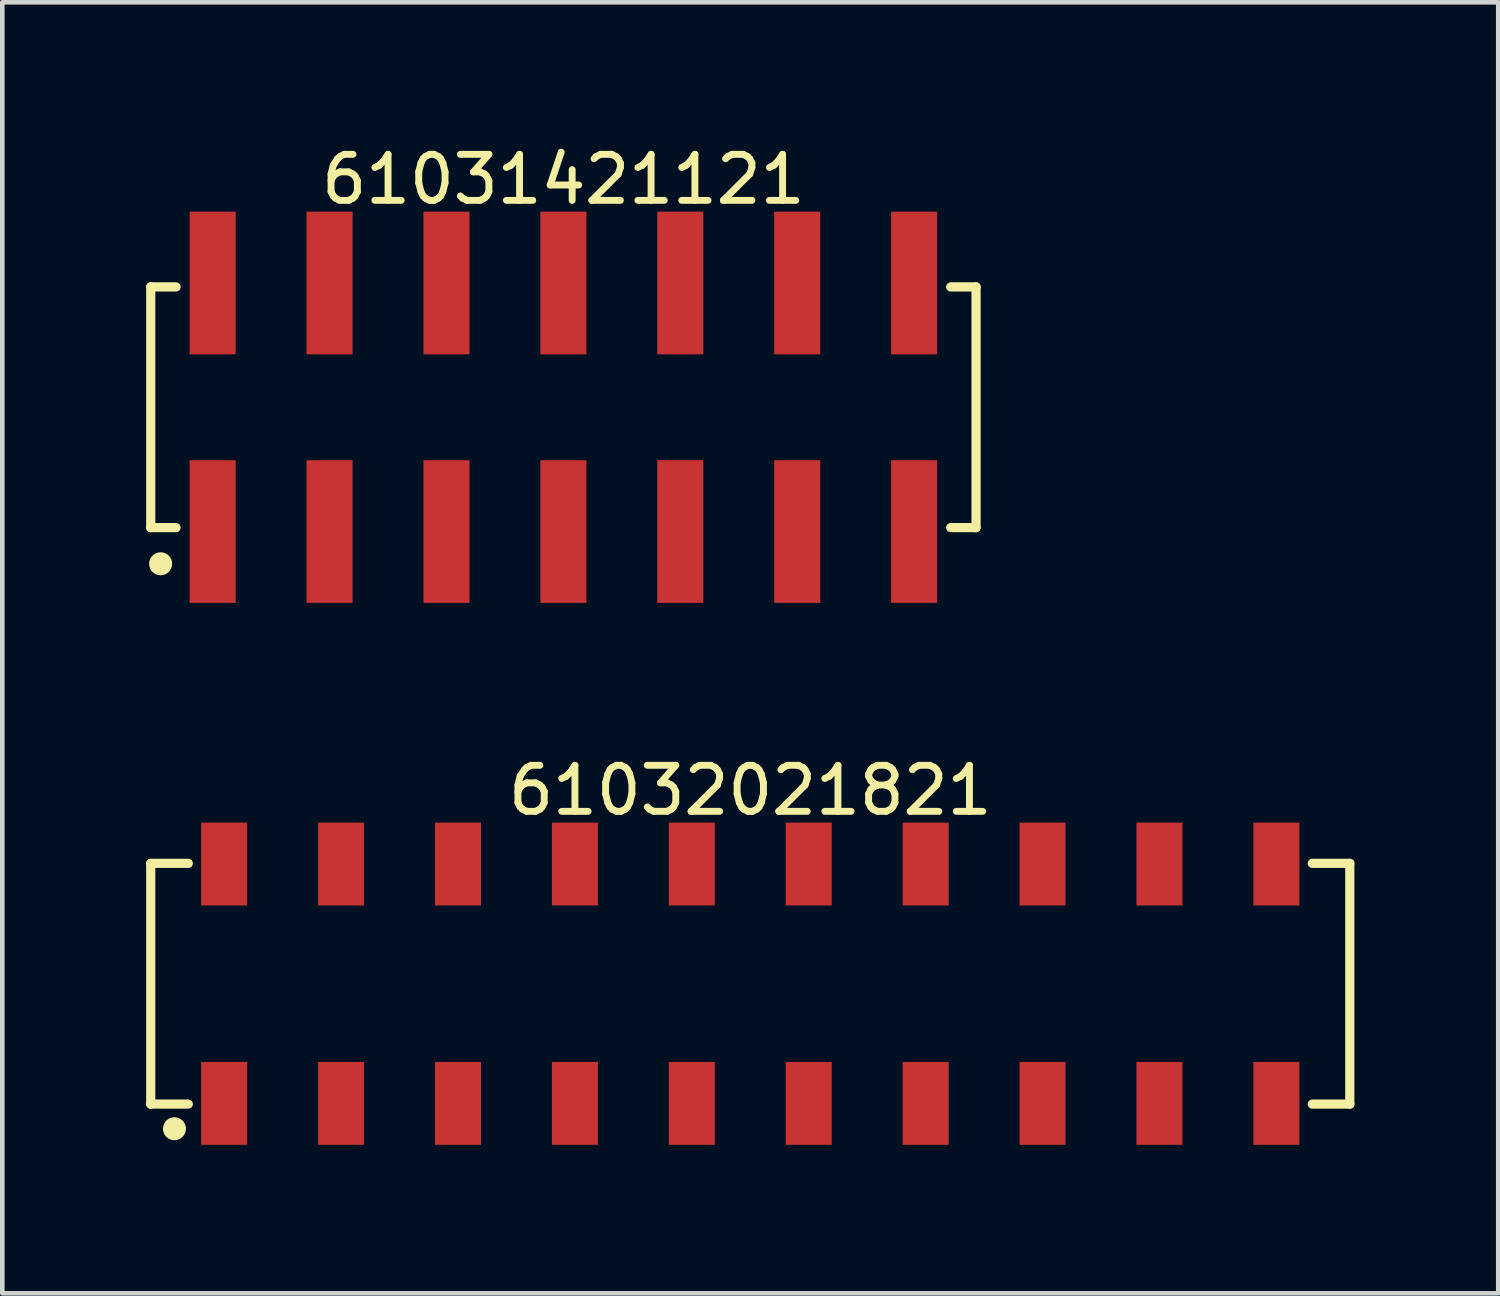
<source format=kicad_pcb>
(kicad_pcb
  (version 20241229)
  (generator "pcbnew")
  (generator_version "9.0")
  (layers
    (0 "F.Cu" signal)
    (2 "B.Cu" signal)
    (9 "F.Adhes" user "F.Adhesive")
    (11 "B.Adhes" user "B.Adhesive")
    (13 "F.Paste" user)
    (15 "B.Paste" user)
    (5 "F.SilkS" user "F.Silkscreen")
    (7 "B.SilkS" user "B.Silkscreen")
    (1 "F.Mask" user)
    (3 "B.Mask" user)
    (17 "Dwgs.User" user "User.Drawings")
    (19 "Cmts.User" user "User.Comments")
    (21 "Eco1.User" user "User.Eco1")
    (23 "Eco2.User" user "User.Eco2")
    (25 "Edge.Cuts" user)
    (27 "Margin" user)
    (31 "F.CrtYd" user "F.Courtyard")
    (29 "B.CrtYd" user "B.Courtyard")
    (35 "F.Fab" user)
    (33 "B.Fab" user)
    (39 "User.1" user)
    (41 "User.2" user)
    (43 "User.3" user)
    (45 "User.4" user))
  (footprint "61032021821"
    (layer "F.Cu")
    (at 13.25 18.322)
    (property "Reference" "61032021821" (at 0 -4.2 0) (layer "F.SilkS") (effects (font (size 1 1) (thickness 0.15))))
    (fp_line (start -13.025 -2.615) (end -12.21 -2.615) (stroke (width 0.2) (type solid)) (layer "F.SilkS"))
    (fp_line (start -13.025 2.615) (end -13.025 -2.615) (stroke (width 0.2) (type solid)) (layer "F.SilkS"))
    (fp_line (start -13.025 2.615) (end -12.21 2.615) (stroke (width 0.2) (type solid)) (layer "F.SilkS"))
    (fp_line (start 12.21 -2.615) (end 13.025 -2.615) (stroke (width 0.2) (type solid)) (layer "F.SilkS"))
    (fp_line (start 12.21 2.615) (end 13.025 2.615) (stroke (width 0.2) (type solid)) (layer "F.SilkS"))
    (fp_line (start 13.025 2.615) (end 13.025 -2.615) (stroke (width 0.2) (type solid)) (layer "F.SilkS"))
    (fp_circle (center -12.51 3.15) (end -12.51 3.025) (stroke (width 0.25) (type solid)) (fill no) (layer "F.SilkS"))
    (fp_line (start -13.225 -3.7) (end 13.225 -3.7) (stroke (width 0.05) (type solid)) (layer "Eco2.User"))
    (fp_line (start -13.225 3.7) (end -13.225 -3.7) (stroke (width 0.05) (type solid)) (layer "Eco2.User"))
    (fp_line (start -13.225 3.7) (end 13.225 3.7) (stroke (width 0.05) (type solid)) (layer "Eco2.User"))
    (fp_line (start -12.95 -2.54) (end 12.95 -2.54) (stroke (width 0.1) (type solid)) (layer "Eco2.User"))
    (fp_line (start -12.95 2.54) (end -12.95 -2.54) (stroke (width 0.1) (type solid)) (layer "Eco2.User"))
    (fp_line (start -12.95 2.54) (end 12.95 2.54) (stroke (width 0.1) (type solid)) (layer "Eco2.User"))
    (fp_line (start -11.75 -3.35) (end -11.11 -3.35) (stroke (width 0.1) (type solid)) (layer "Eco2.User"))
    (fp_line (start -11.75 -2.54) (end -11.75 -3.35) (stroke (width 0.1) (type solid)) (layer "Eco2.User"))
    (fp_line (start -11.75 3.35) (end -11.75 2.54) (stroke (width 0.1) (type solid)) (layer "Eco2.User"))
    (fp_line (start -11.75 3.35) (end -11.11 3.35) (stroke (width 0.1) (type solid)) (layer "Eco2.User"))
    (fp_line (start -11.11 -2.54) (end -11.11 -3.35) (stroke (width 0.1) (type solid)) (layer "Eco2.User"))
    (fp_line (start -11.11 3.35) (end -11.11 2.54) (stroke (width 0.1) (type solid)) (layer "Eco2.User"))
    (fp_line (start -9.21 -3.35) (end -8.57 -3.35) (stroke (width 0.1) (type solid)) (layer "Eco2.User"))
    (fp_line (start -9.21 -2.54) (end -9.21 -3.35) (stroke (width 0.1) (type solid)) (layer "Eco2.User"))
    (fp_line (start -9.21 3.35) (end -9.21 2.54) (stroke (width 0.1) (type solid)) (layer "Eco2.User"))
    (fp_line (start -9.21 3.35) (end -8.57 3.35) (stroke (width 0.1) (type solid)) (layer "Eco2.User"))
    (fp_line (start -8.57 -2.54) (end -8.57 -3.35) (stroke (width 0.1) (type solid)) (layer "Eco2.User"))
    (fp_line (start -8.57 3.35) (end -8.57 2.54) (stroke (width 0.1) (type solid)) (layer "Eco2.User"))
    (fp_line (start -6.67 -3.35) (end -6.03 -3.35) (stroke (width 0.1) (type solid)) (layer "Eco2.User"))
    (fp_line (start -6.67 -2.54) (end -6.67 -3.35) (stroke (width 0.1) (type solid)) (layer "Eco2.User"))
    (fp_line (start -6.67 3.35) (end -6.67 2.54) (stroke (width 0.1) (type solid)) (layer "Eco2.User"))
    (fp_line (start -6.67 3.35) (end -6.03 3.35) (stroke (width 0.1) (type solid)) (layer "Eco2.User"))
    (fp_line (start -6.03 -2.54) (end -6.03 -3.35) (stroke (width 0.1) (type solid)) (layer "Eco2.User"))
    (fp_line (start -6.03 3.35) (end -6.03 2.54) (stroke (width 0.1) (type solid)) (layer "Eco2.User"))
    (fp_line (start -4.13 -3.35) (end -3.49 -3.35) (stroke (width 0.1) (type solid)) (layer "Eco2.User"))
    (fp_line (start -4.13 -2.54) (end -4.13 -3.35) (stroke (width 0.1) (type solid)) (layer "Eco2.User"))
    (fp_line (start -4.13 3.35) (end -4.13 2.54) (stroke (width 0.1) (type solid)) (layer "Eco2.User"))
    (fp_line (start -4.13 3.35) (end -3.49 3.35) (stroke (width 0.1) (type solid)) (layer "Eco2.User"))
    (fp_line (start -3.49 -2.54) (end -3.49 -3.35) (stroke (width 0.1) (type solid)) (layer "Eco2.User"))
    (fp_line (start -3.49 3.35) (end -3.49 2.54) (stroke (width 0.1) (type solid)) (layer "Eco2.User"))
    (fp_line (start -1.59 -3.35) (end -0.95 -3.35) (stroke (width 0.1) (type solid)) (layer "Eco2.User"))
    (fp_line (start -1.59 -2.54) (end -1.59 -3.35) (stroke (width 0.1) (type solid)) (layer "Eco2.User"))
    (fp_line (start -1.59 3.35) (end -1.59 2.54) (stroke (width 0.1) (type solid)) (layer "Eco2.User"))
    (fp_line (start -1.59 3.35) (end -0.95 3.35) (stroke (width 0.1) (type solid)) (layer "Eco2.User"))
    (fp_line (start -0.95 -2.54) (end -0.95 -3.35) (stroke (width 0.1) (type solid)) (layer "Eco2.User"))
    (fp_line (start -0.95 3.35) (end -0.95 2.54) (stroke (width 0.1) (type solid)) (layer "Eco2.User"))
    (fp_line (start -0.5 0) (end 0.5 0) (stroke (width 0.05) (type solid)) (layer "Eco2.User"))
    (fp_line (start 0 0.5) (end 0 -0.5) (stroke (width 0.05) (type solid)) (layer "Eco2.User"))
    (fp_line (start 0.95 -3.35) (end 1.59 -3.35) (stroke (width 0.1) (type solid)) (layer "Eco2.User"))
    (fp_line (start 0.95 -2.54) (end 0.95 -3.35) (stroke (width 0.1) (type solid)) (layer "Eco2.User"))
    (fp_line (start 0.95 3.35) (end 0.95 2.54) (stroke (width 0.1) (type solid)) (layer "Eco2.User"))
    (fp_line (start 0.95 3.35) (end 1.59 3.35) (stroke (width 0.1) (type solid)) (layer "Eco2.User"))
    (fp_line (start 1.59 -2.54) (end 1.59 -3.35) (stroke (width 0.1) (type solid)) (layer "Eco2.User"))
    (fp_line (start 1.59 3.35) (end 1.59 2.54) (stroke (width 0.1) (type solid)) (layer "Eco2.User"))
    (fp_line (start 3.49 -3.35) (end 4.13 -3.35) (stroke (width 0.1) (type solid)) (layer "Eco2.User"))
    (fp_line (start 3.49 -2.54) (end 3.49 -3.35) (stroke (width 0.1) (type solid)) (layer "Eco2.User"))
    (fp_line (start 3.49 3.35) (end 3.49 2.54) (stroke (width 0.1) (type solid)) (layer "Eco2.User"))
    (fp_line (start 3.49 3.35) (end 4.13 3.35) (stroke (width 0.1) (type solid)) (layer "Eco2.User"))
    (fp_line (start 4.13 -2.54) (end 4.13 -3.35) (stroke (width 0.1) (type solid)) (layer "Eco2.User"))
    (fp_line (start 4.13 3.35) (end 4.13 2.54) (stroke (width 0.1) (type solid)) (layer "Eco2.User"))
    (fp_line (start 6.03 -3.35) (end 6.67 -3.35) (stroke (width 0.1) (type solid)) (layer "Eco2.User"))
    (fp_line (start 6.03 -2.54) (end 6.03 -3.35) (stroke (width 0.1) (type solid)) (layer "Eco2.User"))
    (fp_line (start 6.03 3.35) (end 6.03 2.54) (stroke (width 0.1) (type solid)) (layer "Eco2.User"))
    (fp_line (start 6.03 3.35) (end 6.67 3.35) (stroke (width 0.1) (type solid)) (layer "Eco2.User"))
    (fp_line (start 6.67 -2.54) (end 6.67 -3.35) (stroke (width 0.1) (type solid)) (layer "Eco2.User"))
    (fp_line (start 6.67 3.35) (end 6.67 2.54) (stroke (width 0.1) (type solid)) (layer "Eco2.User"))
    (fp_line (start 8.57 -3.35) (end 9.21 -3.35) (stroke (width 0.1) (type solid)) (layer "Eco2.User"))
    (fp_line (start 8.57 -2.54) (end 8.57 -3.35) (stroke (width 0.1) (type solid)) (layer "Eco2.User"))
    (fp_line (start 8.57 3.35) (end 8.57 2.54) (stroke (width 0.1) (type solid)) (layer "Eco2.User"))
    (fp_line (start 8.57 3.35) (end 9.21 3.35) (stroke (width 0.1) (type solid)) (layer "Eco2.User"))
    (fp_line (start 9.21 -2.54) (end 9.21 -3.35) (stroke (width 0.1) (type solid)) (layer "Eco2.User"))
    (fp_line (start 9.21 3.35) (end 9.21 2.54) (stroke (width 0.1) (type solid)) (layer "Eco2.User"))
    (fp_line (start 11.11 -3.35) (end 11.75 -3.35) (stroke (width 0.1) (type solid)) (layer "Eco2.User"))
    (fp_line (start 11.11 -2.54) (end 11.11 -3.35) (stroke (width 0.1) (type solid)) (layer "Eco2.User"))
    (fp_line (start 11.11 3.35) (end 11.11 2.54) (stroke (width 0.1) (type solid)) (layer "Eco2.User"))
    (fp_line (start 11.11 3.35) (end 11.75 3.35) (stroke (width 0.1) (type solid)) (layer "Eco2.User"))
    (fp_line (start 11.75 -2.54) (end 11.75 -3.35) (stroke (width 0.1) (type solid)) (layer "Eco2.User"))
    (fp_line (start 11.75 3.35) (end 11.75 2.54) (stroke (width 0.1) (type solid)) (layer "Eco2.User"))
    (fp_line (start 12.95 2.54) (end 12.95 -2.54) (stroke (width 0.1) (type solid)) (layer "Eco2.User"))
    (fp_line (start 13.225 3.7) (end 13.225 -3.7) (stroke (width 0.05) (type solid)) (layer "Eco2.User"))
    (fp_text user "${REFERENCE}" (at 0.15 -0.197 0) (unlocked yes) (layer "User.3") (effects (font (size 1.5 1.5) (thickness 0.15))))
    (pad "1" smd rect (at -11.43 2.6) (size 1 1.8) (layers "F.Cu" "F.Mask" "F.Paste"))
    (pad "2" smd rect (at -11.43 -2.6) (size 1 1.8) (layers "F.Cu" "F.Mask" "F.Paste"))
    (pad "3" smd rect (at -8.89 2.6) (size 1 1.8) (layers "F.Cu" "F.Mask" "F.Paste"))
    (pad "4" smd rect (at -8.89 -2.6) (size 1 1.8) (layers "F.Cu" "F.Mask" "F.Paste"))
    (pad "5" smd rect (at -6.35 2.6) (size 1 1.8) (layers "F.Cu" "F.Mask" "F.Paste"))
    (pad "6" smd rect (at -6.35 -2.6) (size 1 1.8) (layers "F.Cu" "F.Mask" "F.Paste"))
    (pad "7" smd rect (at -3.81 2.6) (size 1 1.8) (layers "F.Cu" "F.Mask" "F.Paste"))
    (pad "8" smd rect (at -3.81 -2.6) (size 1 1.8) (layers "F.Cu" "F.Mask" "F.Paste"))
    (pad "9" smd rect (at -1.27 2.6) (size 1 1.8) (layers "F.Cu" "F.Mask" "F.Paste"))
    (pad "10" smd rect (at -1.27 -2.6) (size 1 1.8) (layers "F.Cu" "F.Mask" "F.Paste"))
    (pad "11" smd rect (at 1.27 2.6) (size 1 1.8) (layers "F.Cu" "F.Mask" "F.Paste"))
    (pad "12" smd rect (at 1.27 -2.6) (size 1 1.8) (layers "F.Cu" "F.Mask" "F.Paste"))
    (pad "13" smd rect (at 3.81 2.6) (size 1 1.8) (layers "F.Cu" "F.Mask" "F.Paste"))
    (pad "14" smd rect (at 3.81 -2.6) (size 1 1.8) (layers "F.Cu" "F.Mask" "F.Paste"))
    (pad "15" smd rect (at 6.35 2.6) (size 1 1.8) (layers "F.Cu" "F.Mask" "F.Paste"))
    (pad "16" smd rect (at 6.35 -2.6) (size 1 1.8) (layers "F.Cu" "F.Mask" "F.Paste"))
    (pad "17" smd rect (at 8.89 2.6) (size 1 1.8) (layers "F.Cu" "F.Mask" "F.Paste"))
    (pad "18" smd rect (at 8.89 -2.6) (size 1 1.8) (layers "F.Cu" "F.Mask" "F.Paste"))
    (pad "19" smd rect (at 11.43 2.6) (size 1 1.8) (layers "F.Cu" "F.Mask" "F.Paste"))
    (pad "20" smd rect (at 11.43 -2.6) (size 1 1.8) (layers "F.Cu" "F.Mask" "F.Paste")))
  (footprint "61031421121"
    (layer "F.Cu")
    (at 9.19 5.798)
    (property "Reference" "61031421121" (at 0 -4.95 0) (layer "F.SilkS") (effects (font (size 1 1) (thickness 0.15))))
    (fp_line (start -8.965 -2.615) (end -8.415 -2.615) (stroke (width 0.2) (type solid)) (layer "F.SilkS"))
    (fp_line (start -8.965 2.615) (end -8.965 -2.615) (stroke (width 0.2) (type solid)) (layer "F.SilkS"))
    (fp_line (start -8.965 2.615) (end -8.415 2.615) (stroke (width 0.2) (type solid)) (layer "F.SilkS"))
    (fp_line (start 8.415 -2.615) (end 8.965 -2.615) (stroke (width 0.2) (type solid)) (layer "F.SilkS"))
    (fp_line (start 8.415 2.615) (end 8.965 2.615) (stroke (width 0.2) (type solid)) (layer "F.SilkS"))
    (fp_line (start 8.965 2.615) (end 8.965 -2.615) (stroke (width 0.2) (type solid)) (layer "F.SilkS"))
    (fp_circle (center -8.75 3.4) (end -8.75 3.275) (stroke (width 0.25) (type solid)) (fill no) (layer "F.SilkS"))
    (fp_line (start -9.165 -4.45) (end 9.165 -4.45) (stroke (width 0.05) (type solid)) (layer "Eco2.User"))
    (fp_line (start -9.165 4.45) (end -9.165 -4.45) (stroke (width 0.05) (type solid)) (layer "Eco2.User"))
    (fp_line (start -9.165 4.45) (end 9.165 4.45) (stroke (width 0.05) (type solid)) (layer "Eco2.User"))
    (fp_line (start -8.89 -2.54) (end 8.89 -2.54) (stroke (width 0.1) (type solid)) (layer "Eco2.User"))
    (fp_line (start -8.89 2.54) (end -8.89 -2.54) (stroke (width 0.1) (type solid)) (layer "Eco2.User"))
    (fp_line (start -8.89 2.54) (end 8.89 2.54) (stroke (width 0.1) (type solid)) (layer "Eco2.User"))
    (fp_line (start -7.94 -3.75) (end -7.3 -3.75) (stroke (width 0.1) (type solid)) (layer "Eco2.User"))
    (fp_line (start -7.94 -2.54) (end -7.94 -3.75) (stroke (width 0.1) (type solid)) (layer "Eco2.User"))
    (fp_line (start -7.94 3.75) (end -7.94 2.54) (stroke (width 0.1) (type solid)) (layer "Eco2.User"))
    (fp_line (start -7.94 3.75) (end -7.3 3.75) (stroke (width 0.1) (type solid)) (layer "Eco2.User"))
    (fp_line (start -7.3 -2.54) (end -7.3 -3.75) (stroke (width 0.1) (type solid)) (layer "Eco2.User"))
    (fp_line (start -7.3 3.75) (end -7.3 2.54) (stroke (width 0.1) (type solid)) (layer "Eco2.User"))
    (fp_line (start -5.4 -3.75) (end -4.76 -3.75) (stroke (width 0.1) (type solid)) (layer "Eco2.User"))
    (fp_line (start -5.4 -2.54) (end -5.4 -3.75) (stroke (width 0.1) (type solid)) (layer "Eco2.User"))
    (fp_line (start -5.4 3.75) (end -5.4 2.54) (stroke (width 0.1) (type solid)) (layer "Eco2.User"))
    (fp_line (start -5.4 3.75) (end -4.76 3.75) (stroke (width 0.1) (type solid)) (layer "Eco2.User"))
    (fp_line (start -4.76 -2.54) (end -4.76 -3.75) (stroke (width 0.1) (type solid)) (layer "Eco2.User"))
    (fp_line (start -4.76 3.75) (end -4.76 2.54) (stroke (width 0.1) (type solid)) (layer "Eco2.User"))
    (fp_line (start -2.86 -3.75) (end -2.22 -3.75) (stroke (width 0.1) (type solid)) (layer "Eco2.User"))
    (fp_line (start -2.86 -2.54) (end -2.86 -3.75) (stroke (width 0.1) (type solid)) (layer "Eco2.User"))
    (fp_line (start -2.86 3.75) (end -2.86 2.54) (stroke (width 0.1) (type solid)) (layer "Eco2.User"))
    (fp_line (start -2.86 3.75) (end -2.22 3.75) (stroke (width 0.1) (type solid)) (layer "Eco2.User"))
    (fp_line (start -2.22 -2.54) (end -2.22 -3.75) (stroke (width 0.1) (type solid)) (layer "Eco2.User"))
    (fp_line (start -2.22 3.75) (end -2.22 2.54) (stroke (width 0.1) (type solid)) (layer "Eco2.User"))
    (fp_line (start -0.5 0) (end 0.5 0) (stroke (width 0.05) (type solid)) (layer "Eco2.User"))
    (fp_line (start -0.32 -3.75) (end 0.32 -3.75) (stroke (width 0.1) (type solid)) (layer "Eco2.User"))
    (fp_line (start -0.32 -2.54) (end -0.32 -3.75) (stroke (width 0.1) (type solid)) (layer "Eco2.User"))
    (fp_line (start -0.32 3.75) (end -0.32 2.54) (stroke (width 0.1) (type solid)) (layer "Eco2.User"))
    (fp_line (start -0.32 3.75) (end 0.32 3.75) (stroke (width 0.1) (type solid)) (layer "Eco2.User"))
    (fp_line (start 0 0.5) (end 0 -0.5) (stroke (width 0.05) (type solid)) (layer "Eco2.User"))
    (fp_line (start 0.32 -2.54) (end 0.32 -3.75) (stroke (width 0.1) (type solid)) (layer "Eco2.User"))
    (fp_line (start 0.32 3.75) (end 0.32 2.54) (stroke (width 0.1) (type solid)) (layer "Eco2.User"))
    (fp_line (start 2.22 -3.75) (end 2.86 -3.75) (stroke (width 0.1) (type solid)) (layer "Eco2.User"))
    (fp_line (start 2.22 -2.54) (end 2.22 -3.75) (stroke (width 0.1) (type solid)) (layer "Eco2.User"))
    (fp_line (start 2.22 3.75) (end 2.22 2.54) (stroke (width 0.1) (type solid)) (layer "Eco2.User"))
    (fp_line (start 2.22 3.75) (end 2.86 3.75) (stroke (width 0.1) (type solid)) (layer "Eco2.User"))
    (fp_line (start 2.86 -2.54) (end 2.86 -3.75) (stroke (width 0.1) (type solid)) (layer "Eco2.User"))
    (fp_line (start 2.86 3.75) (end 2.86 2.54) (stroke (width 0.1) (type solid)) (layer "Eco2.User"))
    (fp_line (start 4.76 -3.75) (end 5.4 -3.75) (stroke (width 0.1) (type solid)) (layer "Eco2.User"))
    (fp_line (start 4.76 -2.54) (end 4.76 -3.75) (stroke (width 0.1) (type solid)) (layer "Eco2.User"))
    (fp_line (start 4.76 3.75) (end 4.76 2.54) (stroke (width 0.1) (type solid)) (layer "Eco2.User"))
    (fp_line (start 4.76 3.75) (end 5.4 3.75) (stroke (width 0.1) (type solid)) (layer "Eco2.User"))
    (fp_line (start 5.4 -2.54) (end 5.4 -3.75) (stroke (width 0.1) (type solid)) (layer "Eco2.User"))
    (fp_line (start 5.4 3.75) (end 5.4 2.54) (stroke (width 0.1) (type solid)) (layer "Eco2.User"))
    (fp_line (start 7.3 -3.75) (end 7.94 -3.75) (stroke (width 0.1) (type solid)) (layer "Eco2.User"))
    (fp_line (start 7.3 -2.54) (end 7.3 -3.75) (stroke (width 0.1) (type solid)) (layer "Eco2.User"))
    (fp_line (start 7.3 3.75) (end 7.3 2.54) (stroke (width 0.1) (type solid)) (layer "Eco2.User"))
    (fp_line (start 7.3 3.75) (end 7.94 3.75) (stroke (width 0.1) (type solid)) (layer "Eco2.User"))
    (fp_line (start 7.94 -2.54) (end 7.94 -3.75) (stroke (width 0.1) (type solid)) (layer "Eco2.User"))
    (fp_line (start 7.94 3.75) (end 7.94 2.54) (stroke (width 0.1) (type solid)) (layer "Eco2.User"))
    (fp_line (start 8.89 2.54) (end 8.89 -2.54) (stroke (width 0.1) (type solid)) (layer "Eco2.User"))
    (fp_line (start 9.165 4.45) (end 9.165 -4.45) (stroke (width 0.05) (type solid)) (layer "Eco2.User"))
    (fp_text user "${REFERENCE}" (at 0.15 -0.197 0) (unlocked yes) (layer "User.3") (effects (font (size 1.5 1.5) (thickness 0.15))))
    (pad "1" smd rect (at -7.62 2.7) (size 1 3.1) (layers "F.Cu" "F.Mask" "F.Paste"))
    (pad "2" smd rect (at -7.62 -2.7) (size 1 3.1) (layers "F.Cu" "F.Mask" "F.Paste"))
    (pad "3" smd rect (at -5.08 2.7) (size 1 3.1) (layers "F.Cu" "F.Mask" "F.Paste"))
    (pad "4" smd rect (at -5.08 -2.7) (size 1 3.1) (layers "F.Cu" "F.Mask" "F.Paste"))
    (pad "5" smd rect (at -2.54 2.7) (size 1 3.1) (layers "F.Cu" "F.Mask" "F.Paste"))
    (pad "6" smd rect (at -2.54 -2.7) (size 1 3.1) (layers "F.Cu" "F.Mask" "F.Paste"))
    (pad "7" smd rect (at 0 2.7) (size 1 3.1) (layers "F.Cu" "F.Mask" "F.Paste"))
    (pad "8" smd rect (at 0 -2.7) (size 1 3.1) (layers "F.Cu" "F.Mask" "F.Paste"))
    (pad "9" smd rect (at 2.54 2.7) (size 1 3.1) (layers "F.Cu" "F.Mask" "F.Paste"))
    (pad "10" smd rect (at 2.54 -2.7) (size 1 3.1) (layers "F.Cu" "F.Mask" "F.Paste"))
    (pad "11" smd rect (at 5.08 2.7) (size 1 3.1) (layers "F.Cu" "F.Mask" "F.Paste"))
    (pad "12" smd rect (at 5.08 -2.7) (size 1 3.1) (layers "F.Cu" "F.Mask" "F.Paste"))
    (pad "13" smd rect (at 7.62 2.7) (size 1 3.1) (layers "F.Cu" "F.Mask" "F.Paste"))
    (pad "14" smd rect (at 7.62 -2.7) (size 1 3.1) (layers "F.Cu" "F.Mask" "F.Paste")))
  (gr_rect
    (start -3 -3)
    (end 29.5 25.047)
    (stroke (width 0.1) (type default))
    (fill no)
    (layer "Edge.Cuts")))
</source>
